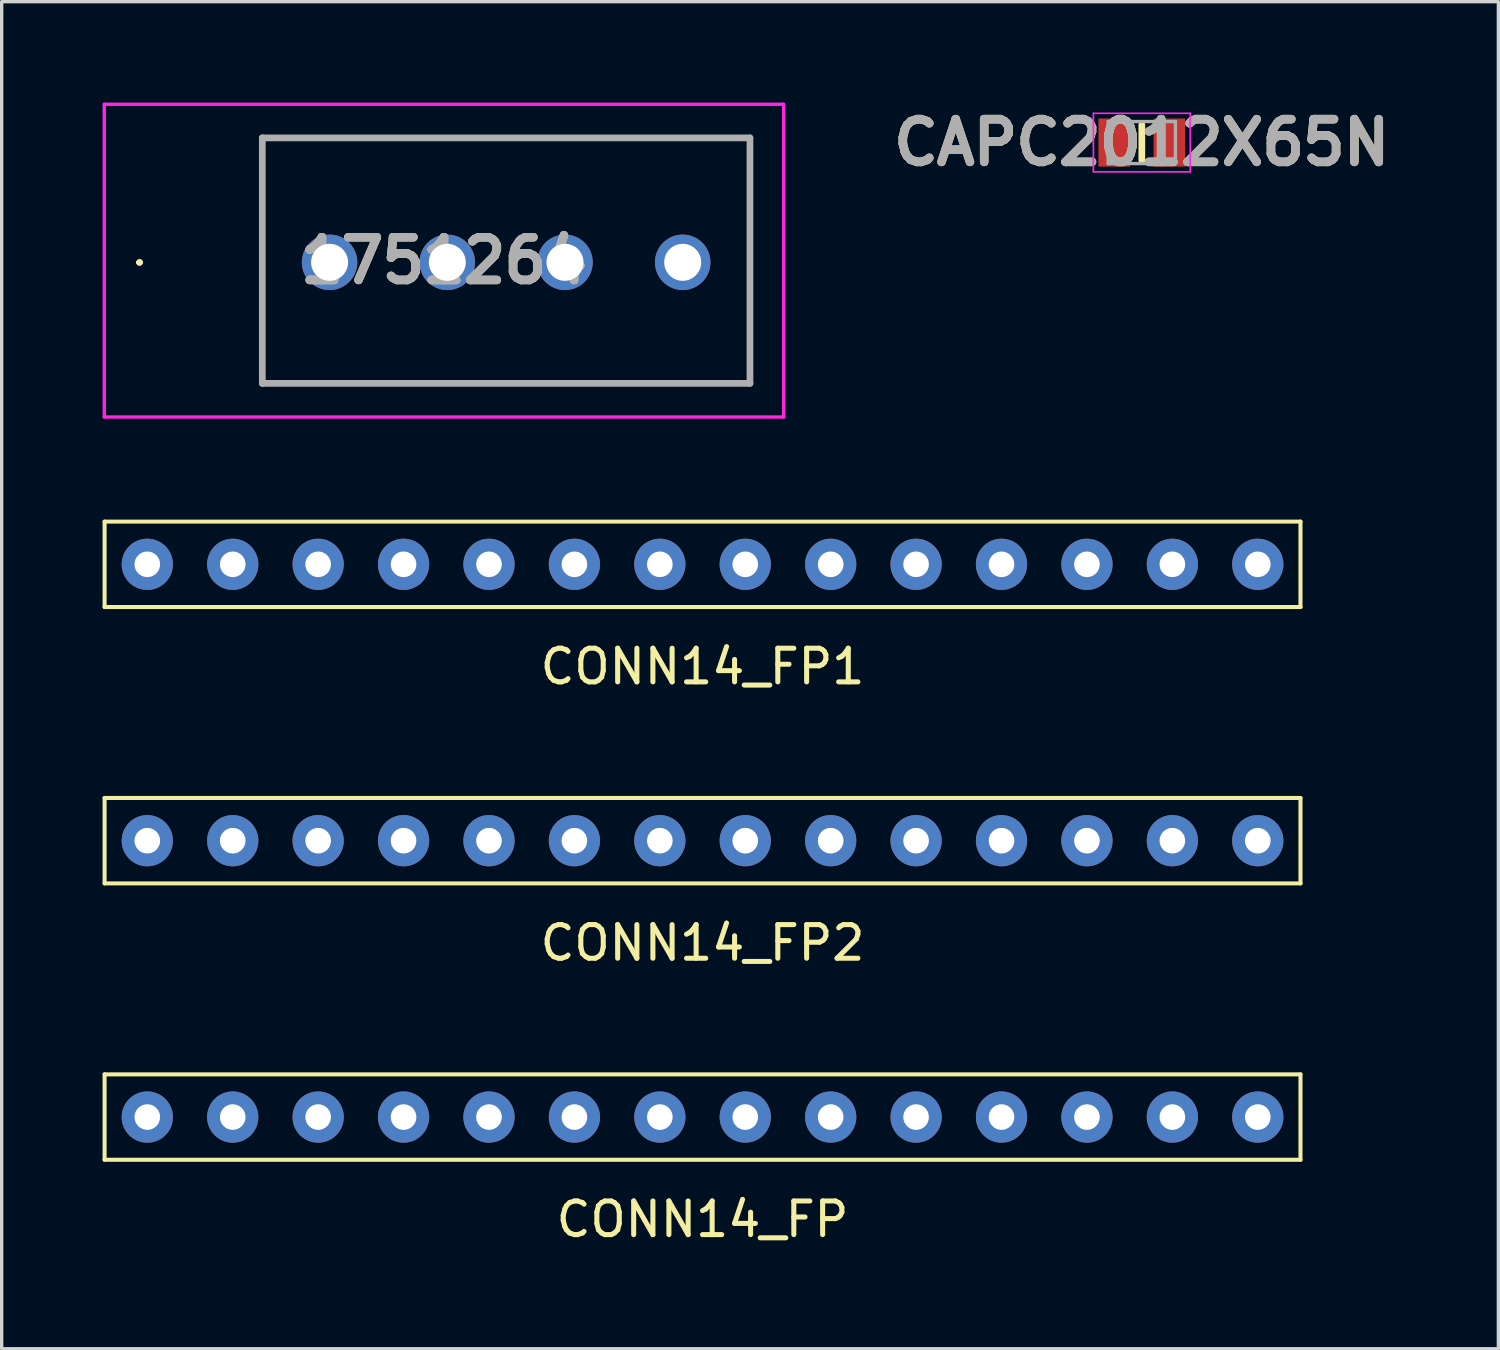
<source format=kicad_pcb>
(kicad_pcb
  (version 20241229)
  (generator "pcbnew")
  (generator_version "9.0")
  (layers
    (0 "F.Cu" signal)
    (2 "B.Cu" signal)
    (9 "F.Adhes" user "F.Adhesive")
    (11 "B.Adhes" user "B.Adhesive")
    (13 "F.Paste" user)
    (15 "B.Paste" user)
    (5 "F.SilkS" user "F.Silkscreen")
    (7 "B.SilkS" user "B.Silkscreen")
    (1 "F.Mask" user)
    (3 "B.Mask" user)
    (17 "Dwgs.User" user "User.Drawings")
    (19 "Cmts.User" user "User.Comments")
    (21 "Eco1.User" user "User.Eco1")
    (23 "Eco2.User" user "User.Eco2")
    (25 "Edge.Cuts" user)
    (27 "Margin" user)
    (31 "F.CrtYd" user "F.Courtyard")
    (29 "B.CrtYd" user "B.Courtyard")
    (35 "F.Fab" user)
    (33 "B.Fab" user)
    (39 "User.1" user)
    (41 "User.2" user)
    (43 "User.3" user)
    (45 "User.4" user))
  (footprint "CONN14_FP1"
    (layer "F.Cu")
    (at 17.84 16.27)
    (property "Reference" "CONN14_FP1" (at 0 0.5 0) (layer "F.SilkS") (effects (font (size 1 1) (thickness 0.15))))
    (attr through_hole)
    (fp_line (start -17.78 -3.81) (end -17.78 -1.27) (stroke (width 0.12) (type solid)) (layer "F.SilkS"))
    (fp_line (start -17.78 -1.27) (end 17.78 -1.27) (stroke (width 0.12) (type solid)) (layer "F.SilkS"))
    (fp_line (start 17.78 -3.81) (end -17.78 -3.81) (stroke (width 0.12) (type solid)) (layer "F.SilkS"))
    (fp_line (start 17.78 -1.27) (end 17.78 -3.81) (stroke (width 0.12) (type solid)) (layer "F.SilkS"))
    (pad "0" thru_hole circle (at 3.81 -2.54) (size 1.524 1.524) (drill 0.762) (layers "*.Cu" "*.Mask"))
    (pad "1" thru_hole circle (at 6.35 -2.54) (size 1.524 1.524) (drill 0.762) (layers "*.Cu" "*.Mask"))
    (pad "2" thru_hole circle (at 8.89 -2.54) (size 1.524 1.524) (drill 0.762) (layers "*.Cu" "*.Mask"))
    (pad "3" thru_hole circle (at 11.43 -2.54) (size 1.524 1.524) (drill 0.762) (layers "*.Cu" "*.Mask"))
    (pad "4" thru_hole circle (at 13.97 -2.54) (size 1.524 1.524) (drill 0.762) (layers "*.Cu" "*.Mask"))
    (pad "5" thru_hole circle (at 16.51 -2.54) (size 1.524 1.524) (drill 0.762) (layers "*.Cu" "*.Mask"))
    (pad "A0" thru_hole circle (at -13.97 -2.54) (size 1.524 1.524) (drill 0.762) (layers "*.Cu" "*.Mask"))
    (pad "A1" thru_hole circle (at -11.43 -2.54) (size 1.524 1.524) (drill 0.762) (layers "*.Cu" "*.Mask"))
    (pad "A2" thru_hole circle (at -8.89 -2.54) (size 1.524 1.524) (drill 0.762) (layers "*.Cu" "*.Mask"))
    (pad "A3" thru_hole circle (at -6.35 -2.54) (size 1.524 1.524) (drill 0.762) (layers "*.Cu" "*.Mask"))
    (pad "A4" thru_hole circle (at -3.81 -2.54) (size 1.524 1.524) (drill 0.762) (layers "*.Cu" "*.Mask"))
    (pad "A5" thru_hole circle (at -1.27 -2.54) (size 1.524 1.524) (drill 0.762) (layers "*.Cu" "*.Mask"))
    (pad "A6" thru_hole circle (at 1.27 -2.54) (size 1.524 1.524) (drill 0.762) (layers "*.Cu" "*.Mask"))
    (pad "AREF" thru_hole circle (at -16.51 -2.54) (size 1.524 1.524) (drill 0.762) (layers "*.Cu" "*.Mask")))
  (footprint "1751264"
    (layer "F.Cu")
    (at 6.75 4.75)
    (property "Reference" "1751264" (at 3.4 -0.05 0) (layer "F.SilkS") (effects (font (size 1.27 1.27) (thickness 0.254))))
    (attr through_hole)
    (fp_line (start -5.7 0) (end -5.7 0) (stroke (width 0.1) (type solid)) (layer "F.SilkS"))
    (fp_line (start -5.7 0) (end -5.7 0) (stroke (width 0.1) (type solid)) (layer "F.SilkS"))
    (fp_line (start -5.6 0) (end -5.6 0) (stroke (width 0.1) (type solid)) (layer "F.SilkS"))
    (fp_line (start -2 -3.7) (end 12.5 -3.7) (stroke (width 0.1) (type solid)) (layer "F.SilkS"))
    (fp_line (start -2 3.6) (end -2 -3.7) (stroke (width 0.1) (type solid)) (layer "F.SilkS"))
    (fp_line (start 12.5 -3.7) (end 12.5 3.6) (stroke (width 0.1) (type solid)) (layer "F.SilkS"))
    (fp_line (start 12.5 3.6) (end -2 3.6) (stroke (width 0.1) (type solid)) (layer "F.SilkS"))
    (fp_arc (start -5.7 0) (mid -5.65 -0.05) (end -5.6 0) (stroke (width 0.1) (type solid)) (layer "F.SilkS"))
    (fp_arc (start -5.6 0) (mid -5.65 0.05) (end -5.7 0) (stroke (width 0.1) (type solid)) (layer "F.SilkS"))
    (fp_arc (start -5.6 0) (mid -5.65 0.05) (end -5.7 0) (stroke (width 0.1) (type solid)) (layer "F.SilkS"))
    (fp_line (start -6.7 -4.7) (end 13.5 -4.7) (stroke (width 0.1) (type solid)) (layer "F.CrtYd"))
    (fp_line (start -6.7 4.6) (end -6.7 -4.7) (stroke (width 0.1) (type solid)) (layer "F.CrtYd"))
    (fp_line (start 13.5 -4.7) (end 13.5 4.6) (stroke (width 0.1) (type solid)) (layer "F.CrtYd"))
    (fp_line (start 13.5 4.6) (end -6.7 4.6) (stroke (width 0.1) (type solid)) (layer "F.CrtYd"))
    (fp_line (start -2 -3.7) (end -2 3.6) (stroke (width 0.2) (type solid)) (layer "F.Fab"))
    (fp_line (start -2 3.6) (end 12.5 3.6) (stroke (width 0.2) (type solid)) (layer "F.Fab"))
    (fp_line (start 12.5 -3.7) (end -2 -3.7) (stroke (width 0.2) (type solid)) (layer "F.Fab"))
    (fp_line (start 12.5 3.6) (end 12.5 -3.7) (stroke (width 0.2) (type solid)) (layer "F.Fab"))
    (fp_text user "${REFERENCE}" (at 3.4 -0.05 0) (layer "F.Fab") (effects (font (size 1.27 1.27) (thickness 0.254))))
    (pad "1" thru_hole circle (at 0 0) (size 1.65 1.65) (drill 1.1) (layers "*.Cu" "*.Mask"))
    (pad "2" thru_hole circle (at 3.5 0) (size 1.65 1.65) (drill 1.1) (layers "*.Cu" "*.Mask"))
    (pad "3" thru_hole circle (at 7 0) (size 1.65 1.65) (drill 1.1) (layers "*.Cu" "*.Mask"))
    (pad "4" thru_hole circle (at 10.5 0) (size 1.65 1.65) (drill 1.1) (layers "*.Cu" "*.Mask")))
  (footprint "CONN14_FP2"
    (layer "F.Cu")
    (at 17.84 24.488)
    (property "Reference" "CONN14_FP2" (at 0 0.5 0) (layer "F.SilkS") (effects (font (size 1 1) (thickness 0.15))))
    (attr through_hole)
    (fp_line (start -17.78 -3.81) (end -17.78 -1.27) (stroke (width 0.12) (type solid)) (layer "F.SilkS"))
    (fp_line (start -17.78 -1.27) (end 17.78 -1.27) (stroke (width 0.12) (type solid)) (layer "F.SilkS"))
    (fp_line (start 17.78 -3.81) (end -17.78 -3.81) (stroke (width 0.12) (type solid)) (layer "F.SilkS"))
    (fp_line (start 17.78 -1.27) (end 17.78 -3.81) (stroke (width 0.12) (type solid)) (layer "F.SilkS"))
    (pad "5V" thru_hole circle (at -16.51 -2.54) (size 1.524 1.524) (drill 0.762) (layers "*.Cu" "*.Mask"))
    (pad "6" thru_hole circle (at 16.51 -2.54) (size 1.524 1.524) (drill 0.762) (layers "*.Cu" "*.Mask"))
    (pad "7" thru_hole circle (at 13.97 -2.54) (size 1.524 1.524) (drill 0.762) (layers "*.Cu" "*.Mask"))
    (pad "8" thru_hole circle (at 11.43 -2.54) (size 1.524 1.524) (drill 0.762) (layers "*.Cu" "*.Mask"))
    (pad "9" thru_hole circle (at 8.89 -2.54) (size 1.524 1.524) (drill 0.762) (layers "*.Cu" "*.Mask"))
    (pad "10" thru_hole circle (at 6.35 -2.54) (size 1.524 1.524) (drill 0.762) (layers "*.Cu" "*.Mask"))
    (pad "11" thru_hole circle (at 3.81 -2.54) (size 1.524 1.524) (drill 0.762) (layers "*.Cu" "*.Mask"))
    (pad "12" thru_hole circle (at 1.27 -2.54) (size 1.524 1.524) (drill 0.762) (layers "*.Cu" "*.Mask"))
    (pad "13" thru_hole circle (at -1.27 -2.54) (size 1.524 1.524) (drill 0.762) (layers "*.Cu" "*.Mask"))
    (pad "14" thru_hole circle (at -3.81 -2.54) (size 1.524 1.524) (drill 0.762) (layers "*.Cu" "*.Mask"))
    (pad "GND" thru_hole circle (at -8.89 -2.54) (size 1.524 1.524) (drill 0.762) (layers "*.Cu" "*.Mask"))
    (pad "RESET" thru_hole circle (at -6.35 -2.54) (size 1.524 1.524) (drill 0.762) (layers "*.Cu" "*.Mask"))
    (pad "VCC" thru_hole circle (at -11.43 -2.54) (size 1.524 1.524) (drill 0.762) (layers "*.Cu" "*.Mask"))
    (pad "VIN" thru_hole circle (at -13.97 -2.54) (size 1.524 1.524) (drill 0.762) (layers "*.Cu" "*.Mask")))
  (footprint "CONN14_FP"
    (layer "F.Cu")
    (at 17.84 32.706)
    (property "Reference" "CONN14_FP" (at 0 0.5 0) (layer "F.SilkS") (effects (font (size 1 1) (thickness 0.15))))
    (attr through_hole)
    (fp_line (start -17.78 -3.81) (end -17.78 -1.27) (stroke (width 0.12) (type solid)) (layer "F.SilkS"))
    (fp_line (start -17.78 -1.27) (end 17.78 -1.27) (stroke (width 0.12) (type solid)) (layer "F.SilkS"))
    (fp_line (start 17.78 -3.81) (end -17.78 -3.81) (stroke (width 0.12) (type solid)) (layer "F.SilkS"))
    (fp_line (start 17.78 -1.27) (end 17.78 -3.81) (stroke (width 0.12) (type solid)) (layer "F.SilkS"))
    (pad "1" thru_hole circle (at -16.51 -2.54) (size 1.524 1.524) (drill 0.762) (layers "*.Cu" "*.Mask"))
    (pad "2" thru_hole circle (at -13.97 -2.54) (size 1.524 1.524) (drill 0.762) (layers "*.Cu" "*.Mask"))
    (pad "3" thru_hole circle (at -11.43 -2.54) (size 1.524 1.524) (drill 0.762) (layers "*.Cu" "*.Mask"))
    (pad "4" thru_hole circle (at -8.89 -2.54) (size 1.524 1.524) (drill 0.762) (layers "*.Cu" "*.Mask"))
    (pad "5" thru_hole circle (at -6.35 -2.54) (size 1.524 1.524) (drill 0.762) (layers "*.Cu" "*.Mask"))
    (pad "6" thru_hole circle (at -3.81 -2.54) (size 1.524 1.524) (drill 0.762) (layers "*.Cu" "*.Mask"))
    (pad "7" thru_hole circle (at -1.27 -2.54) (size 1.524 1.524) (drill 0.762) (layers "*.Cu" "*.Mask"))
    (pad "8" thru_hole circle (at 1.27 -2.54) (size 1.524 1.524) (drill 0.762) (layers "*.Cu" "*.Mask"))
    (pad "9" thru_hole circle (at 3.81 -2.54) (size 1.524 1.524) (drill 0.762) (layers "*.Cu" "*.Mask"))
    (pad "10" thru_hole circle (at 6.35 -2.54) (size 1.524 1.524) (drill 0.762) (layers "*.Cu" "*.Mask"))
    (pad "11" thru_hole circle (at 8.89 -2.54) (size 1.524 1.524) (drill 0.762) (layers "*.Cu" "*.Mask"))
    (pad "12" thru_hole circle (at 11.43 -2.54) (size 1.524 1.524) (drill 0.762) (layers "*.Cu" "*.Mask"))
    (pad "13" thru_hole circle (at 13.97 -2.54) (size 1.524 1.524) (drill 0.762) (layers "*.Cu" "*.Mask"))
    (pad "14" thru_hole circle (at 16.51 -2.54) (size 1.524 1.524) (drill 0.762) (layers "*.Cu" "*.Mask")))
  (footprint "CAPC2012X65N"
    (layer "F.Cu")
    (at 30.902 1.189)
    (property "Reference" "CAPC2012X65N" (at 0 0 0) (layer "F.SilkS") (effects (font (size 1.27 1.27) (thickness 0.254))))
    (attr smd)
    (fp_line (start 0 -0.525) (end 0 0.525) (stroke (width 0.2) (type solid)) (layer "F.SilkS"))
    (fp_line (start -1.44 -0.87) (end 1.44 -0.87) (stroke (width 0.05) (type solid)) (layer "F.CrtYd"))
    (fp_line (start -1.44 0.87) (end -1.44 -0.87) (stroke (width 0.05) (type solid)) (layer "F.CrtYd"))
    (fp_line (start 1.44 -0.87) (end 1.44 0.87) (stroke (width 0.05) (type solid)) (layer "F.CrtYd"))
    (fp_line (start 1.44 0.87) (end -1.44 0.87) (stroke (width 0.05) (type solid)) (layer "F.CrtYd"))
    (fp_line (start -1 -0.625) (end 1 -0.625) (stroke (width 0.1) (type solid)) (layer "F.Fab"))
    (fp_line (start -1 0.625) (end -1 -0.625) (stroke (width 0.1) (type solid)) (layer "F.Fab"))
    (fp_line (start 1 -0.625) (end 1 0.625) (stroke (width 0.1) (type solid)) (layer "F.Fab"))
    (fp_line (start 1 0.625) (end -1 0.625) (stroke (width 0.1) (type solid)) (layer "F.Fab"))
    (fp_text user "${REFERENCE}" (at 0 0 0) (layer "F.Fab") (effects (font (size 1.27 1.27) (thickness 0.254))))
    (pad "1" smd rect (at -0.82 0) (size 0.94 1.43) (layers "F.Cu" "F.Mask" "F.Paste"))
    (pad "2" smd rect (at 0.82 0) (size 0.94 1.43) (layers "F.Cu" "F.Mask" "F.Paste")))
  (gr_rect
    (start -3 -3)
    (end 41.504 37.055)
    (stroke (width 0.1) (type default))
    (fill no)
    (layer "Edge.Cuts")))
</source>
